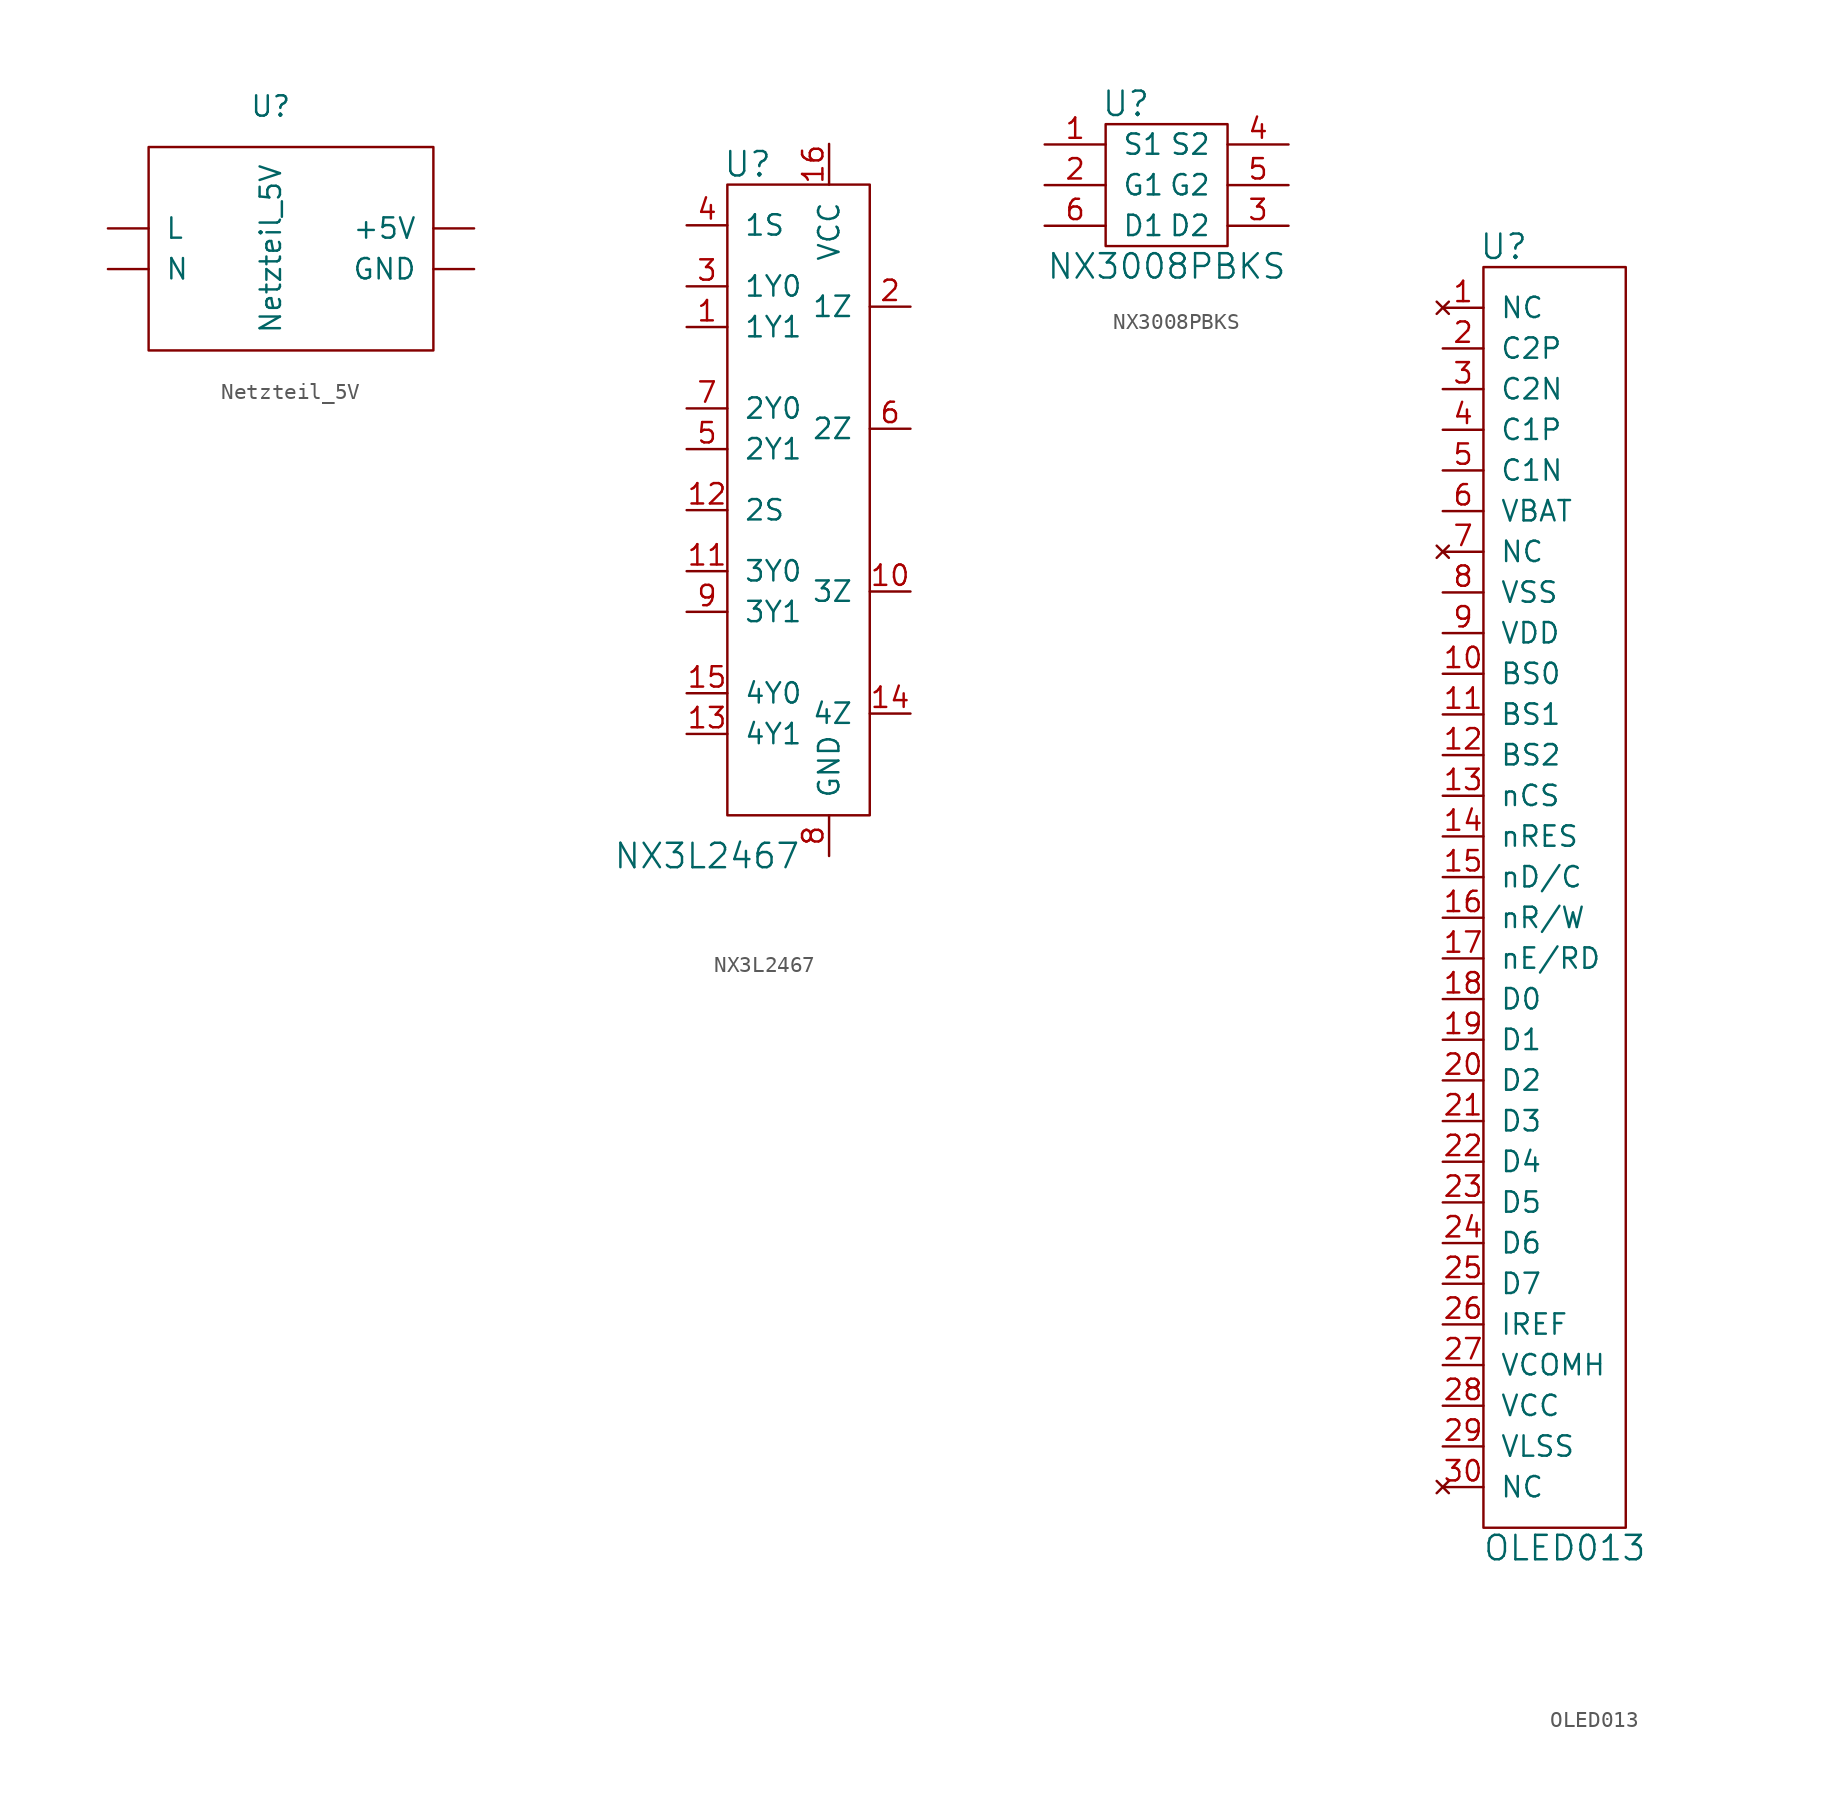
<source format=kicad_sym>
(kicad_symbol_lib
  (version 20211014)
  (generator kicad_symbol_editor)
  (symbol "Netzteil_5V"
    (pin_names
      (offset 1.016))
    (property "Reference" "U"
      (at 0 3.81 0)
      (effects (font (size 1.27 1.27))))
    (property "Value" "Netzteil_5V"
      (at 0 -5.08 90)
      (effects (font (size 1.27 1.27))))
    (symbol "Netzteil_5V_0_1"
      (rectangle (start -7.62 1.27) (end 10.16 -11.43) (stroke (width 0) (type default) (color 0 0 0 0)) (fill (type none))))
    (symbol "Netzteil_5V_1_1"
      (pin output line (at 12.7 -3.81 180) (length 2.54) (name "+5V" (effects (font (size 1.27 1.27)))) (number "~" (effects (font (size 1.27 1.27)))))
      (pin output line (at 12.7 -6.35 180) (length 2.54) (name "GND" (effects (font (size 1.27 1.27)))) (number "~" (effects (font (size 1.27 1.27)))))
      (pin output line (at -10.16 -3.81 0) (length 2.54) (name "L" (effects (font (size 1.27 1.27)))) (number "~" (effects (font (size 1.27 1.27)))))
      (pin output line (at -10.16 -6.35 0) (length 2.54) (name "N" (effects (font (size 1.27 1.27)))) (number "~" (effects (font (size 1.27 1.27)))))))
  (symbol "NX3L2467"
    (pin_names
      (offset 1.016))
    (property "Reference" "U"
      (at -5.08 19.05 0)
      (effects (font (size 1.524 1.524))))
    (property "Value" "NX3L2467"
      (at -7.62 -24.13 0)
      (effects (font (size 1.524 1.524))))
    (property "Footprint" ""
      (at -5.08 -17.78 0)
      (effects (font (size 1.524 1.524))))
    (property "Datasheet" ""
      (at -5.08 -17.78 0)
      (effects (font (size 1.524 1.524))))
    (symbol "NX3L2467_0_1"
      (rectangle (start -6.35 17.78) (end 2.54 -21.59) (stroke (width 0) (type default) (color 0 0 0 0)) (fill (type none))))
    (symbol "NX3L2467_1_1"
      (pin passive line (at -8.89 8.89 0) (length 2.54) (name "1Y1" (effects (font (size 1.27 1.27)))) (number "1" (effects (font (size 1.27 1.27)))))
      (pin passive line (at 5.08 -7.62 180) (length 2.54) (name "3Z" (effects (font (size 1.27 1.27)))) (number "10" (effects (font (size 1.27 1.27)))))
      (pin passive line (at -8.89 -6.35 0) (length 2.54) (name "3Y0" (effects (font (size 1.27 1.27)))) (number "11" (effects (font (size 1.27 1.27)))))
      (pin passive line (at -8.89 -2.54 0) (length 2.54) (name "2S" (effects (font (size 1.27 1.27)))) (number "12" (effects (font (size 1.27 1.27)))))
      (pin passive line (at -8.89 -16.51 0) (length 2.54) (name "4Y1" (effects (font (size 1.27 1.27)))) (number "13" (effects (font (size 1.27 1.27)))))
      (pin passive line (at 5.08 -15.24 180) (length 2.54) (name "4Z" (effects (font (size 1.27 1.27)))) (number "14" (effects (font (size 1.27 1.27)))))
      (pin passive line (at -8.89 -13.97 0) (length 2.54) (name "4Y0" (effects (font (size 1.27 1.27)))) (number "15" (effects (font (size 1.27 1.27)))))
      (pin passive line (at 0 20.32 270) (length 2.54) (name "VCC" (effects (font (size 1.27 1.27)))) (number "16" (effects (font (size 1.27 1.27)))))
      (pin passive line (at 5.08 10.16 180) (length 2.54) (name "1Z" (effects (font (size 1.27 1.27)))) (number "2" (effects (font (size 1.27 1.27)))))
      (pin passive line (at -8.89 11.43 0) (length 2.54) (name "1Y0" (effects (font (size 1.27 1.27)))) (number "3" (effects (font (size 1.27 1.27)))))
      (pin passive line (at -8.89 15.24 0) (length 2.54) (name "1S" (effects (font (size 1.27 1.27)))) (number "4" (effects (font (size 1.27 1.27)))))
      (pin passive line (at -8.89 1.27 0) (length 2.54) (name "2Y1" (effects (font (size 1.27 1.27)))) (number "5" (effects (font (size 1.27 1.27)))))
      (pin passive line (at 5.08 2.54 180) (length 2.54) (name "2Z" (effects (font (size 1.27 1.27)))) (number "6" (effects (font (size 1.27 1.27)))))
      (pin passive line (at -8.89 3.81 0) (length 2.54) (name "2Y0" (effects (font (size 1.27 1.27)))) (number "7" (effects (font (size 1.27 1.27)))))
      (pin passive line (at 0 -24.13 90) (length 2.54) (name "GND" (effects (font (size 1.27 1.27)))) (number "8" (effects (font (size 1.27 1.27)))))
      (pin passive line (at -8.89 -8.89 0) (length 2.54) (name "3Y1" (effects (font (size 1.27 1.27)))) (number "9" (effects (font (size 1.27 1.27)))))))
  (symbol "NX3008PBKS"
    (pin_names
      (offset 1.016))
    (property "Reference" "U"
      (at -2.54 5.08 0)
      (effects (font (size 1.524 1.524))))
    (property "Value" "NX3008PBKS"
      (at 0 -5.08 0)
      (effects (font (size 1.524 1.524))))
    (property "Footprint" ""
      (at 8.89 -3.81 0)
      (effects (font (size 1.524 1.524))))
    (property "Datasheet" ""
      (at 8.89 -3.81 0)
      (effects (font (size 1.524 1.524))))
    (symbol "NX3008PBKS_0_1"
      (rectangle (start -3.81 3.81) (end 3.81 -3.81) (stroke (width 0) (type default) (color 0 0 0 0)) (fill (type none))))
    (symbol "NX3008PBKS_1_1"
      (pin passive line (at -7.62 2.54 0) (length 3.81) (name "S1" (effects (font (size 1.27 1.27)))) (number "1" (effects (font (size 1.27 1.27)))))
      (pin passive line (at -7.62 0 0) (length 3.81) (name "G1" (effects (font (size 1.27 1.27)))) (number "2" (effects (font (size 1.27 1.27)))))
      (pin passive line (at 7.62 -2.54 180) (length 3.81) (name "D2" (effects (font (size 1.27 1.27)))) (number "3" (effects (font (size 1.27 1.27)))))
      (pin passive line (at 7.62 2.54 180) (length 3.81) (name "S2" (effects (font (size 1.27 1.27)))) (number "4" (effects (font (size 1.27 1.27)))))
      (pin passive line (at 7.62 0 180) (length 3.81) (name "G2" (effects (font (size 1.27 1.27)))) (number "5" (effects (font (size 1.27 1.27)))))
      (pin passive line (at -7.62 -2.54 0) (length 3.81) (name "D1" (effects (font (size 1.27 1.27)))) (number "6" (effects (font (size 1.27 1.27)))))))
  (symbol "OLED013"
    (pin_names
      (offset 1.016))
    (property "Reference" "U"
      (at -3.81 40.64 0)
      (effects (font (size 1.524 1.524))))
    (property "Value" "OLED013"
      (at 0 -40.64 0)
      (effects (font (size 1.524 1.524))))
    (property "Footprint" ""
      (at 11.43 43.18 0)
      (effects (font (size 1.524 1.524))))
    (property "Datasheet" ""
      (at 11.43 43.18 0)
      (effects (font (size 1.524 1.524))))
    (symbol "OLED013_0_1"
      (rectangle (start -5.08 39.37) (end 3.81 -39.37) (stroke (width 0) (type default) (color 0 0 0 0)) (fill (type none))))
    (symbol "OLED013_1_1"
      (pin no_connect line (at -7.62 36.83 0) (length 2.54) (name "NC" (effects (font (size 1.27 1.27)))) (number "1" (effects (font (size 1.27 1.27)))))
      (pin passive line (at -7.62 13.97 0) (length 2.54) (name "BS0" (effects (font (size 1.27 1.27)))) (number "10" (effects (font (size 1.27 1.27)))))
      (pin passive line (at -7.62 11.43 0) (length 2.54) (name "BS1" (effects (font (size 1.27 1.27)))) (number "11" (effects (font (size 1.27 1.27)))))
      (pin passive line (at -7.62 8.89 0) (length 2.54) (name "BS2" (effects (font (size 1.27 1.27)))) (number "12" (effects (font (size 1.27 1.27)))))
      (pin passive line (at -7.62 6.35 0) (length 2.54) (name "nCS" (effects (font (size 1.27 1.27)))) (number "13" (effects (font (size 1.27 1.27)))))
      (pin passive line (at -7.62 3.81 0) (length 2.54) (name "nRES" (effects (font (size 1.27 1.27)))) (number "14" (effects (font (size 1.27 1.27)))))
      (pin passive line (at -7.62 1.27 0) (length 2.54) (name "nD/C" (effects (font (size 1.27 1.27)))) (number "15" (effects (font (size 1.27 1.27)))))
      (pin passive line (at -7.62 -1.27 0) (length 2.54) (name "nR/W" (effects (font (size 1.27 1.27)))) (number "16" (effects (font (size 1.27 1.27)))))
      (pin passive line (at -7.62 -3.81 0) (length 2.54) (name "nE/RD" (effects (font (size 1.27 1.27)))) (number "17" (effects (font (size 1.27 1.27)))))
      (pin passive line (at -7.62 -6.35 0) (length 2.54) (name "D0" (effects (font (size 1.27 1.27)))) (number "18" (effects (font (size 1.27 1.27)))))
      (pin passive line (at -7.62 -8.89 0) (length 2.54) (name "D1" (effects (font (size 1.27 1.27)))) (number "19" (effects (font (size 1.27 1.27)))))
      (pin passive line (at -7.62 34.29 0) (length 2.54) (name "C2P" (effects (font (size 1.27 1.27)))) (number "2" (effects (font (size 1.27 1.27)))))
      (pin passive line (at -7.62 -11.43 0) (length 2.54) (name "D2" (effects (font (size 1.27 1.27)))) (number "20" (effects (font (size 1.27 1.27)))))
      (pin passive line (at -7.62 -13.97 0) (length 2.54) (name "D3" (effects (font (size 1.27 1.27)))) (number "21" (effects (font (size 1.27 1.27)))))
      (pin passive line (at -7.62 -16.51 0) (length 2.54) (name "D4" (effects (font (size 1.27 1.27)))) (number "22" (effects (font (size 1.27 1.27)))))
      (pin passive line (at -7.62 -19.05 0) (length 2.54) (name "D5" (effects (font (size 1.27 1.27)))) (number "23" (effects (font (size 1.27 1.27)))))
      (pin passive line (at -7.62 -21.59 0) (length 2.54) (name "D6" (effects (font (size 1.27 1.27)))) (number "24" (effects (font (size 1.27 1.27)))))
      (pin passive line (at -7.62 -24.13 0) (length 2.54) (name "D7" (effects (font (size 1.27 1.27)))) (number "25" (effects (font (size 1.27 1.27)))))
      (pin passive line (at -7.62 -26.67 0) (length 2.54) (name "IREF" (effects (font (size 1.27 1.27)))) (number "26" (effects (font (size 1.27 1.27)))))
      (pin passive line (at -7.62 -29.21 0) (length 2.54) (name "VCOMH" (effects (font (size 1.27 1.27)))) (number "27" (effects (font (size 1.27 1.27)))))
      (pin passive line (at -7.62 -31.75 0) (length 2.54) (name "VCC" (effects (font (size 1.27 1.27)))) (number "28" (effects (font (size 1.27 1.27)))))
      (pin passive line (at -7.62 -34.29 0) (length 2.54) (name "VLSS" (effects (font (size 1.27 1.27)))) (number "29" (effects (font (size 1.27 1.27)))))
      (pin passive line (at -7.62 31.75 0) (length 2.54) (name "C2N" (effects (font (size 1.27 1.27)))) (number "3" (effects (font (size 1.27 1.27)))))
      (pin no_connect line (at -7.62 -36.83 0) (length 2.54) (name "NC" (effects (font (size 1.27 1.27)))) (number "30" (effects (font (size 1.27 1.27)))))
      (pin passive line (at -7.62 29.21 0) (length 2.54) (name "C1P" (effects (font (size 1.27 1.27)))) (number "4" (effects (font (size 1.27 1.27)))))
      (pin passive line (at -7.62 26.67 0) (length 2.54) (name "C1N" (effects (font (size 1.27 1.27)))) (number "5" (effects (font (size 1.27 1.27)))))
      (pin passive line (at -7.62 24.13 0) (length 2.54) (name "VBAT" (effects (font (size 1.27 1.27)))) (number "6" (effects (font (size 1.27 1.27)))))
      (pin no_connect line (at -7.62 21.59 0) (length 2.54) (name "NC" (effects (font (size 1.27 1.27)))) (number "7" (effects (font (size 1.27 1.27)))))
      (pin passive line (at -7.62 19.05 0) (length 2.54) (name "VSS" (effects (font (size 1.27 1.27)))) (number "8" (effects (font (size 1.27 1.27)))))
      (pin passive line (at -7.62 16.51 0) (length 2.54) (name "VDD" (effects (font (size 1.27 1.27)))) (number "9" (effects (font (size 1.27 1.27))))))))
</source>
